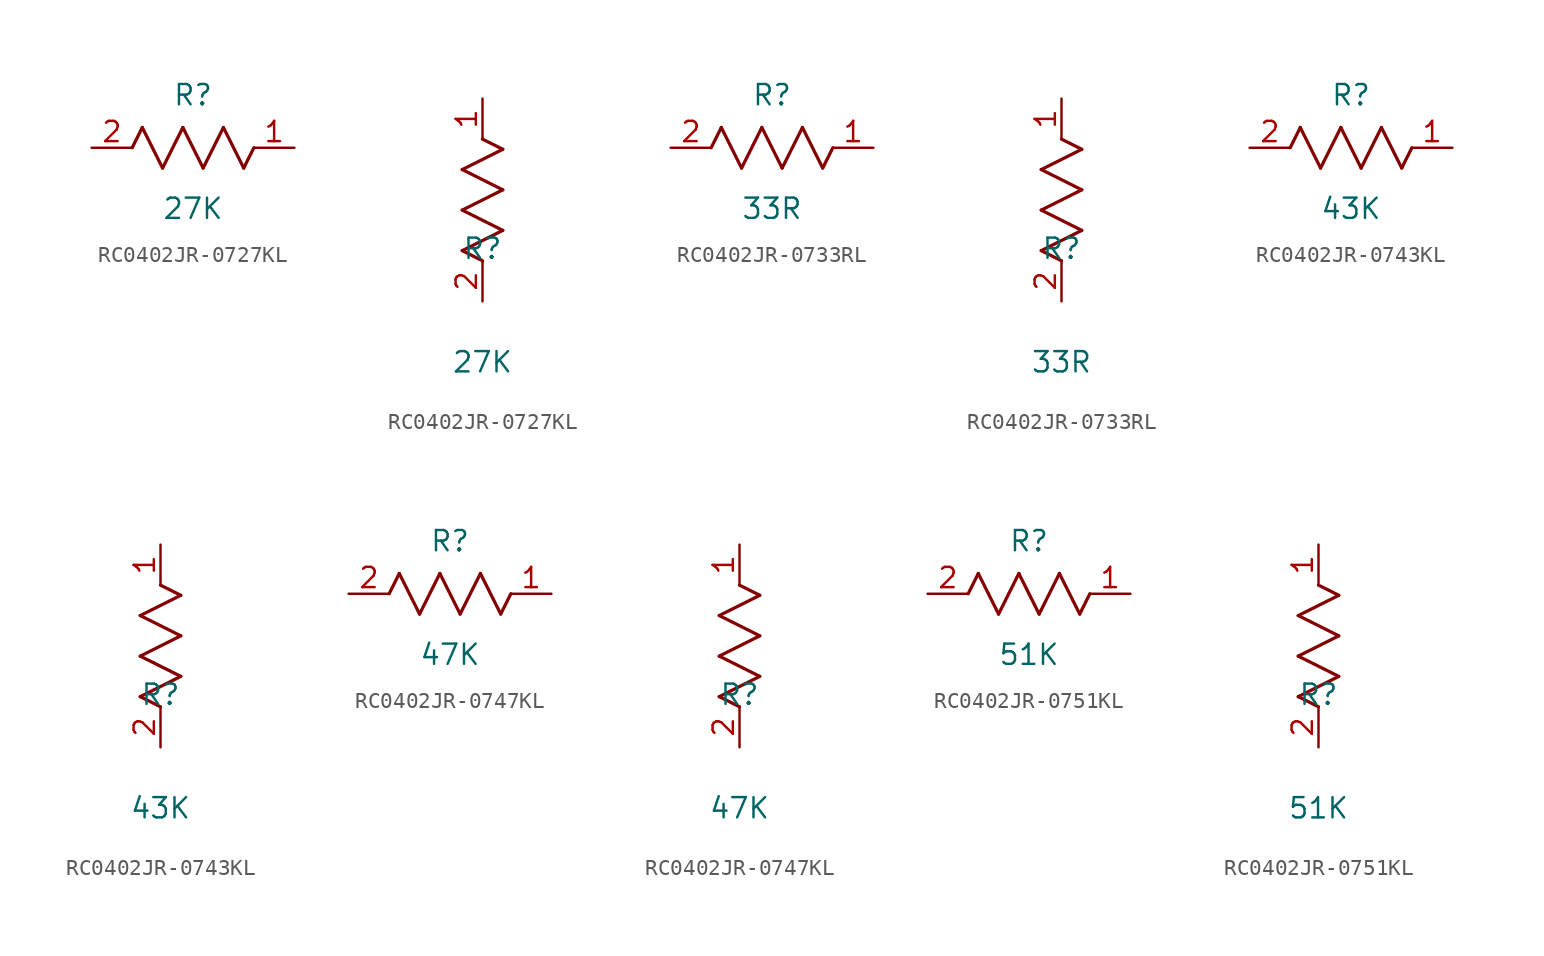
<source format=kicad_sym>
(kicad_symbol_lib
  (version 20241209)
  (generator "kicad_symbol_editor")
  (generator_version "9.0")
  (symbol "RC0402JR-0727KL"
    (pin_names
      (offset 0.254))
    (property "Reference" "R"
      (at 0 3.302 0)
      (effects (font (size 1.27 1.27))))
    (property "Value" "27K"
      (at 0 -3.81 0)
      (effects (font (size 1.27 1.27))))
    (symbol "RC0402JR-0727KL_1_1"
      (polyline (pts (xy -3.81 0) (xy -3.175 1.27)) (stroke (width 0.203) (type default)) (fill (type none)))
      (polyline (pts (xy -3.175 1.27) (xy -1.905 -1.27)) (stroke (width 0.203) (type default)) (fill (type none)))
      (polyline (pts (xy -1.905 -1.27) (xy -0.635 1.27)) (stroke (width 0.203) (type default)) (fill (type none)))
      (polyline (pts (xy -0.635 1.27) (xy 0.635 -1.27)) (stroke (width 0.203) (type default)) (fill (type none)))
      (polyline (pts (xy 0.635 -1.27) (xy 1.905 1.27)) (stroke (width 0.203) (type default)) (fill (type none)))
      (polyline (pts (xy 1.905 1.27) (xy 3.175 -1.27)) (stroke (width 0.203) (type default)) (fill (type none)))
      (polyline (pts (xy 3.175 -1.27) (xy 3.81 0)) (stroke (width 0.203) (type default)) (fill (type none)))
      (pin passive line (at -6.35 0 0) (length 2.54) (name "" (effects (font (size 1.27 1.27)))) (number "2" (effects (font (size 1.27 1.27)))))
      (pin passive line (at 6.35 0 180) (length 2.54) (name "" (effects (font (size 1.27 1.27)))) (number "1" (effects (font (size 1.27 1.27))))))
    (symbol "RC0402JR-0727KL_1_2"
      (polyline (pts (xy -1.27 8.255) (xy 1.27 9.525)) (stroke (width 0.203) (type default)) (fill (type none)))
      (polyline (pts (xy -1.27 5.715) (xy 1.27 6.985)) (stroke (width 0.203) (type default)) (fill (type none)))
      (polyline (pts (xy -1.27 3.175) (xy 1.27 4.445)) (stroke (width 0.203) (type default)) (fill (type none)))
      (polyline (pts (xy 0 2.54) (xy -1.27 3.175)) (stroke (width 0.203) (type default)) (fill (type none)))
      (polyline (pts (xy 1.27 9.525) (xy 0 10.16)) (stroke (width 0.203) (type default)) (fill (type none)))
      (polyline (pts (xy 1.27 6.985) (xy -1.27 8.255)) (stroke (width 0.203) (type default)) (fill (type none)))
      (polyline (pts (xy 1.27 4.445) (xy -1.27 5.715)) (stroke (width 0.203) (type default)) (fill (type none)))
      (pin unspecified line (at 0 12.7 270) (length 2.54) (name "" (effects (font (size 1.27 1.27)))) (number "1" (effects (font (size 1.27 1.27)))))
      (pin unspecified line (at 0 0 90) (length 2.54) (name "" (effects (font (size 1.27 1.27)))) (number "2" (effects (font (size 1.27 1.27)))))))
  (symbol "RC0402JR-0733RL"
    (pin_names
      (offset 0.254))
    (property "Reference" "R"
      (at 0 3.302 0)
      (effects (font (size 1.27 1.27))))
    (property "Value" "33R"
      (at 0 -3.81 0)
      (effects (font (size 1.27 1.27))))
    (symbol "RC0402JR-0733RL_1_1"
      (polyline (pts (xy -3.81 0) (xy -3.175 1.27)) (stroke (width 0.203) (type default)) (fill (type none)))
      (polyline (pts (xy -3.175 1.27) (xy -1.905 -1.27)) (stroke (width 0.203) (type default)) (fill (type none)))
      (polyline (pts (xy -1.905 -1.27) (xy -0.635 1.27)) (stroke (width 0.203) (type default)) (fill (type none)))
      (polyline (pts (xy -0.635 1.27) (xy 0.635 -1.27)) (stroke (width 0.203) (type default)) (fill (type none)))
      (polyline (pts (xy 0.635 -1.27) (xy 1.905 1.27)) (stroke (width 0.203) (type default)) (fill (type none)))
      (polyline (pts (xy 1.905 1.27) (xy 3.175 -1.27)) (stroke (width 0.203) (type default)) (fill (type none)))
      (polyline (pts (xy 3.175 -1.27) (xy 3.81 0)) (stroke (width 0.203) (type default)) (fill (type none)))
      (pin passive line (at -6.35 0 0) (length 2.54) (name "" (effects (font (size 1.27 1.27)))) (number "2" (effects (font (size 1.27 1.27)))))
      (pin passive line (at 6.35 0 180) (length 2.54) (name "" (effects (font (size 1.27 1.27)))) (number "1" (effects (font (size 1.27 1.27))))))
    (symbol "RC0402JR-0733RL_1_2"
      (polyline (pts (xy -1.27 8.255) (xy 1.27 9.525)) (stroke (width 0.203) (type default)) (fill (type none)))
      (polyline (pts (xy -1.27 5.715) (xy 1.27 6.985)) (stroke (width 0.203) (type default)) (fill (type none)))
      (polyline (pts (xy -1.27 3.175) (xy 1.27 4.445)) (stroke (width 0.203) (type default)) (fill (type none)))
      (polyline (pts (xy 0 2.54) (xy -1.27 3.175)) (stroke (width 0.203) (type default)) (fill (type none)))
      (polyline (pts (xy 1.27 9.525) (xy 0 10.16)) (stroke (width 0.203) (type default)) (fill (type none)))
      (polyline (pts (xy 1.27 6.985) (xy -1.27 8.255)) (stroke (width 0.203) (type default)) (fill (type none)))
      (polyline (pts (xy 1.27 4.445) (xy -1.27 5.715)) (stroke (width 0.203) (type default)) (fill (type none)))
      (pin unspecified line (at 0 12.7 270) (length 2.54) (name "" (effects (font (size 1.27 1.27)))) (number "1" (effects (font (size 1.27 1.27)))))
      (pin unspecified line (at 0 0 90) (length 2.54) (name "" (effects (font (size 1.27 1.27)))) (number "2" (effects (font (size 1.27 1.27)))))))
  (symbol "RC0402JR-0743KL"
    (pin_names
      (offset 0.254))
    (property "Reference" "R"
      (at 0 3.302 0)
      (effects (font (size 1.27 1.27))))
    (property "Value" "43K"
      (at 0 -3.81 0)
      (effects (font (size 1.27 1.27))))
    (symbol "RC0402JR-0743KL_1_1"
      (polyline (pts (xy -3.81 0) (xy -3.175 1.27)) (stroke (width 0.203) (type default)) (fill (type none)))
      (polyline (pts (xy -3.175 1.27) (xy -1.905 -1.27)) (stroke (width 0.203) (type default)) (fill (type none)))
      (polyline (pts (xy -1.905 -1.27) (xy -0.635 1.27)) (stroke (width 0.203) (type default)) (fill (type none)))
      (polyline (pts (xy -0.635 1.27) (xy 0.635 -1.27)) (stroke (width 0.203) (type default)) (fill (type none)))
      (polyline (pts (xy 0.635 -1.27) (xy 1.905 1.27)) (stroke (width 0.203) (type default)) (fill (type none)))
      (polyline (pts (xy 1.905 1.27) (xy 3.175 -1.27)) (stroke (width 0.203) (type default)) (fill (type none)))
      (polyline (pts (xy 3.175 -1.27) (xy 3.81 0)) (stroke (width 0.203) (type default)) (fill (type none)))
      (pin passive line (at -6.35 0 0) (length 2.54) (name "" (effects (font (size 1.27 1.27)))) (number "2" (effects (font (size 1.27 1.27)))))
      (pin passive line (at 6.35 0 180) (length 2.54) (name "" (effects (font (size 1.27 1.27)))) (number "1" (effects (font (size 1.27 1.27))))))
    (symbol "RC0402JR-0743KL_1_2"
      (polyline (pts (xy -1.27 8.255) (xy 1.27 9.525)) (stroke (width 0.203) (type default)) (fill (type none)))
      (polyline (pts (xy -1.27 5.715) (xy 1.27 6.985)) (stroke (width 0.203) (type default)) (fill (type none)))
      (polyline (pts (xy -1.27 3.175) (xy 1.27 4.445)) (stroke (width 0.203) (type default)) (fill (type none)))
      (polyline (pts (xy 0 2.54) (xy -1.27 3.175)) (stroke (width 0.203) (type default)) (fill (type none)))
      (polyline (pts (xy 1.27 9.525) (xy 0 10.16)) (stroke (width 0.203) (type default)) (fill (type none)))
      (polyline (pts (xy 1.27 6.985) (xy -1.27 8.255)) (stroke (width 0.203) (type default)) (fill (type none)))
      (polyline (pts (xy 1.27 4.445) (xy -1.27 5.715)) (stroke (width 0.203) (type default)) (fill (type none)))
      (pin unspecified line (at 0 12.7 270) (length 2.54) (name "" (effects (font (size 1.27 1.27)))) (number "1" (effects (font (size 1.27 1.27)))))
      (pin unspecified line (at 0 0 90) (length 2.54) (name "" (effects (font (size 1.27 1.27)))) (number "2" (effects (font (size 1.27 1.27)))))))
  (symbol "RC0402JR-0747KL"
    (pin_names
      (offset 0.254))
    (property "Reference" "R"
      (at 0 3.302 0)
      (effects (font (size 1.27 1.27))))
    (property "Value" "47K"
      (at 0 -3.81 0)
      (effects (font (size 1.27 1.27))))
    (symbol "RC0402JR-0747KL_1_1"
      (polyline (pts (xy -3.81 0) (xy -3.175 1.27)) (stroke (width 0.203) (type default)) (fill (type none)))
      (polyline (pts (xy -3.175 1.27) (xy -1.905 -1.27)) (stroke (width 0.203) (type default)) (fill (type none)))
      (polyline (pts (xy -1.905 -1.27) (xy -0.635 1.27)) (stroke (width 0.203) (type default)) (fill (type none)))
      (polyline (pts (xy -0.635 1.27) (xy 0.635 -1.27)) (stroke (width 0.203) (type default)) (fill (type none)))
      (polyline (pts (xy 0.635 -1.27) (xy 1.905 1.27)) (stroke (width 0.203) (type default)) (fill (type none)))
      (polyline (pts (xy 1.905 1.27) (xy 3.175 -1.27)) (stroke (width 0.203) (type default)) (fill (type none)))
      (polyline (pts (xy 3.175 -1.27) (xy 3.81 0)) (stroke (width 0.203) (type default)) (fill (type none)))
      (pin passive line (at -6.35 0 0) (length 2.54) (name "" (effects (font (size 1.27 1.27)))) (number "2" (effects (font (size 1.27 1.27)))))
      (pin passive line (at 6.35 0 180) (length 2.54) (name "" (effects (font (size 1.27 1.27)))) (number "1" (effects (font (size 1.27 1.27))))))
    (symbol "RC0402JR-0747KL_1_2"
      (polyline (pts (xy -1.27 8.255) (xy 1.27 9.525)) (stroke (width 0.203) (type default)) (fill (type none)))
      (polyline (pts (xy -1.27 5.715) (xy 1.27 6.985)) (stroke (width 0.203) (type default)) (fill (type none)))
      (polyline (pts (xy -1.27 3.175) (xy 1.27 4.445)) (stroke (width 0.203) (type default)) (fill (type none)))
      (polyline (pts (xy 0 2.54) (xy -1.27 3.175)) (stroke (width 0.203) (type default)) (fill (type none)))
      (polyline (pts (xy 1.27 9.525) (xy 0 10.16)) (stroke (width 0.203) (type default)) (fill (type none)))
      (polyline (pts (xy 1.27 6.985) (xy -1.27 8.255)) (stroke (width 0.203) (type default)) (fill (type none)))
      (polyline (pts (xy 1.27 4.445) (xy -1.27 5.715)) (stroke (width 0.203) (type default)) (fill (type none)))
      (pin unspecified line (at 0 12.7 270) (length 2.54) (name "" (effects (font (size 1.27 1.27)))) (number "1" (effects (font (size 1.27 1.27)))))
      (pin unspecified line (at 0 0 90) (length 2.54) (name "" (effects (font (size 1.27 1.27)))) (number "2" (effects (font (size 1.27 1.27)))))))
  (symbol "RC0402JR-0751KL"
    (pin_names
      (offset 0.254))
    (property "Reference" "R"
      (at 0 3.302 0)
      (effects (font (size 1.27 1.27))))
    (property "Value" "51K"
      (at 0 -3.81 0)
      (effects (font (size 1.27 1.27))))
    (symbol "RC0402JR-0751KL_1_1"
      (polyline (pts (xy -3.81 0) (xy -3.175 1.27)) (stroke (width 0.203) (type default)) (fill (type none)))
      (polyline (pts (xy -3.175 1.27) (xy -1.905 -1.27)) (stroke (width 0.203) (type default)) (fill (type none)))
      (polyline (pts (xy -1.905 -1.27) (xy -0.635 1.27)) (stroke (width 0.203) (type default)) (fill (type none)))
      (polyline (pts (xy -0.635 1.27) (xy 0.635 -1.27)) (stroke (width 0.203) (type default)) (fill (type none)))
      (polyline (pts (xy 0.635 -1.27) (xy 1.905 1.27)) (stroke (width 0.203) (type default)) (fill (type none)))
      (polyline (pts (xy 1.905 1.27) (xy 3.175 -1.27)) (stroke (width 0.203) (type default)) (fill (type none)))
      (polyline (pts (xy 3.175 -1.27) (xy 3.81 0)) (stroke (width 0.203) (type default)) (fill (type none)))
      (pin passive line (at -6.35 0 0) (length 2.54) (name "" (effects (font (size 1.27 1.27)))) (number "2" (effects (font (size 1.27 1.27)))))
      (pin passive line (at 6.35 0 180) (length 2.54) (name "" (effects (font (size 1.27 1.27)))) (number "1" (effects (font (size 1.27 1.27))))))
    (symbol "RC0402JR-0751KL_1_2"
      (polyline (pts (xy -1.27 8.255) (xy 1.27 9.525)) (stroke (width 0.203) (type default)) (fill (type none)))
      (polyline (pts (xy -1.27 5.715) (xy 1.27 6.985)) (stroke (width 0.203) (type default)) (fill (type none)))
      (polyline (pts (xy -1.27 3.175) (xy 1.27 4.445)) (stroke (width 0.203) (type default)) (fill (type none)))
      (polyline (pts (xy 0 2.54) (xy -1.27 3.175)) (stroke (width 0.203) (type default)) (fill (type none)))
      (polyline (pts (xy 1.27 9.525) (xy 0 10.16)) (stroke (width 0.203) (type default)) (fill (type none)))
      (polyline (pts (xy 1.27 6.985) (xy -1.27 8.255)) (stroke (width 0.203) (type default)) (fill (type none)))
      (polyline (pts (xy 1.27 4.445) (xy -1.27 5.715)) (stroke (width 0.203) (type default)) (fill (type none)))
      (pin unspecified line (at 0 12.7 270) (length 2.54) (name "" (effects (font (size 1.27 1.27)))) (number "1" (effects (font (size 1.27 1.27)))))
      (pin unspecified line (at 0 0 90) (length 2.54) (name "" (effects (font (size 1.27 1.27)))) (number "2" (effects (font (size 1.27 1.27))))))))
</source>
